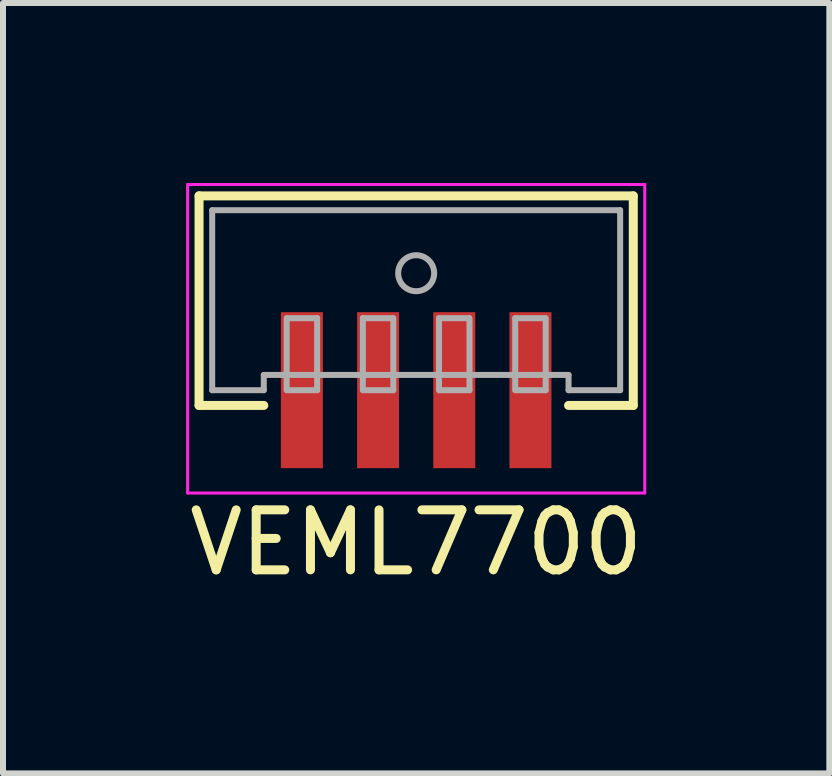
<source format=kicad_pcb>
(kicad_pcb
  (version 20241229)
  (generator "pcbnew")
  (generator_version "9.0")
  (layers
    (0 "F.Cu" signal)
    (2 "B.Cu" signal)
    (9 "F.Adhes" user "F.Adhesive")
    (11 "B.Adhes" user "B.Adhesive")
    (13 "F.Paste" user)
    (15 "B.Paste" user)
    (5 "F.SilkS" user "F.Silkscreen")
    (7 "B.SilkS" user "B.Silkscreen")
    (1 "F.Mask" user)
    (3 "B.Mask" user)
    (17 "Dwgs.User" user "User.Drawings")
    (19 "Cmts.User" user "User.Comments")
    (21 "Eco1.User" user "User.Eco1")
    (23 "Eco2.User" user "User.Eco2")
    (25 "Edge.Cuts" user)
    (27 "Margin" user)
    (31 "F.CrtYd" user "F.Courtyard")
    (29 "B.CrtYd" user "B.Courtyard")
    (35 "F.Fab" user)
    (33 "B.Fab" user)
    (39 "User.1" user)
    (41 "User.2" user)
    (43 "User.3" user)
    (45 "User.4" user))
  (footprint "VEML7700"
    (layer "F.Cu")
    (at 3.887 3.454)
    (property "Reference" "VEML7700" (at 0 2.54 0) (layer "F.SilkS") (effects (font (size 1 1) (thickness 0.15))))
    (attr through_hole)
    (fp_line (start -3.619 -3.239) (end -3.619 0.254) (stroke (width 0.15) (type solid)) (layer "F.SilkS"))
    (fp_line (start -3.619 -3.239) (end 3.619 -3.239) (stroke (width 0.15) (type solid)) (layer "F.SilkS"))
    (fp_line (start -3.619 0.254) (end -2.54 0.254) (stroke (width 0.15) (type solid)) (layer "F.SilkS"))
    (fp_line (start 3.619 -3.239) (end 3.619 0.254) (stroke (width 0.15) (type solid)) (layer "F.SilkS"))
    (fp_line (start 3.619 0.254) (end 2.54 0.254) (stroke (width 0.15) (type solid)) (layer "F.SilkS"))
    (fp_line (start -3.81 -3.429) (end -3.81 1.714) (stroke (width 0.05) (type solid)) (layer "F.CrtYd"))
    (fp_line (start -3.81 1.714) (end 3.81 1.714) (stroke (width 0.05) (type solid)) (layer "F.CrtYd"))
    (fp_line (start 3.81 -3.429) (end -3.81 -3.429) (stroke (width 0.05) (type solid)) (layer "F.CrtYd"))
    (fp_line (start 3.81 1.714) (end 3.81 -3.429) (stroke (width 0.05) (type solid)) (layer "F.CrtYd"))
    (fp_line (start -3.4 -3) (end 3.4 -3) (stroke (width 0.1) (type solid)) (layer "F.Fab"))
    (fp_line (start -3.4 0) (end -3.4 -3) (stroke (width 0.1) (type solid)) (layer "F.Fab"))
    (fp_line (start -2.54 -0.254) (end -2.54 0) (stroke (width 0.1) (type solid)) (layer "F.Fab"))
    (fp_line (start -2.54 0) (end -3.4 0) (stroke (width 0.1) (type solid)) (layer "F.Fab"))
    (fp_line (start -2.159 0) (end -2.159 -1.2) (stroke (width 0.1) (type solid)) (layer "F.Fab"))
    (fp_line (start -2.151 -1.2) (end -1.651 -1.2) (stroke (width 0.1) (type solid)) (layer "F.Fab"))
    (fp_line (start -2.151 0) (end -1.651 0) (stroke (width 0.1) (type solid)) (layer "F.Fab"))
    (fp_line (start -1.651 0) (end -1.651 -1.2) (stroke (width 0.1) (type solid)) (layer "F.Fab"))
    (fp_line (start -0.889 -1.2) (end -0.389 -1.2) (stroke (width 0.1) (type solid)) (layer "F.Fab"))
    (fp_line (start -0.889 0) (end -0.889 -1.2) (stroke (width 0.1) (type solid)) (layer "F.Fab"))
    (fp_line (start -0.881 0) (end -0.381 0) (stroke (width 0.1) (type solid)) (layer "F.Fab"))
    (fp_line (start -0.381 0) (end -0.381 -1.2) (stroke (width 0.1) (type solid)) (layer "F.Fab"))
    (fp_line (start 0.381 -1.2) (end 0.881 -1.2) (stroke (width 0.1) (type solid)) (layer "F.Fab"))
    (fp_line (start 0.381 0) (end 0.381 -1.2) (stroke (width 0.1) (type solid)) (layer "F.Fab"))
    (fp_line (start 0.389 0) (end 0.889 0) (stroke (width 0.1) (type solid)) (layer "F.Fab"))
    (fp_line (start 0.889 0) (end 0.889 -1.2) (stroke (width 0.1) (type solid)) (layer "F.Fab"))
    (fp_line (start 1.651 -1.2) (end 2.151 -1.2) (stroke (width 0.1) (type solid)) (layer "F.Fab"))
    (fp_line (start 1.651 0) (end 1.651 -1.2) (stroke (width 0.1) (type solid)) (layer "F.Fab"))
    (fp_line (start 1.659 0) (end 2.159 0) (stroke (width 0.1) (type solid)) (layer "F.Fab"))
    (fp_line (start 2.159 0) (end 2.159 -1.2) (stroke (width 0.1) (type solid)) (layer "F.Fab"))
    (fp_line (start 2.54 -0.254) (end -2.54 -0.254) (stroke (width 0.1) (type solid)) (layer "F.Fab"))
    (fp_line (start 2.54 0) (end 2.54 -0.254) (stroke (width 0.1) (type solid)) (layer "F.Fab"))
    (fp_line (start 2.54 0) (end 3.4 0) (stroke (width 0.1) (type solid)) (layer "F.Fab"))
    (fp_line (start 3.4 0) (end 3.4 -3) (stroke (width 0.1) (type solid)) (layer "F.Fab"))
    (fp_circle (center 0 -1.95) (end 0.3 -1.95) (stroke (width 0.1) (type solid)) (fill no) (layer "F.Fab"))
    (pad "1" smd rect (at -1.905 0) (size 0.7 2.6) (layers "F.Cu" "F.Mask" "F.Paste"))
    (pad "2" smd rect (at -0.635 0) (size 0.7 2.6) (layers "F.Cu" "F.Mask" "F.Paste"))
    (pad "3" smd rect (at 0.635 0) (size 0.7 2.6) (layers "F.Cu" "F.Mask" "F.Paste"))
    (pad "4" smd rect (at 1.905 0) (size 0.7 2.6) (layers "F.Cu" "F.Mask" "F.Paste")))
  (gr_rect
    (start -3 -3)
    (end 10.774 9.842)
    (stroke (width 0.1) (type default))
    (fill no)
    (layer "Edge.Cuts")))
</source>
